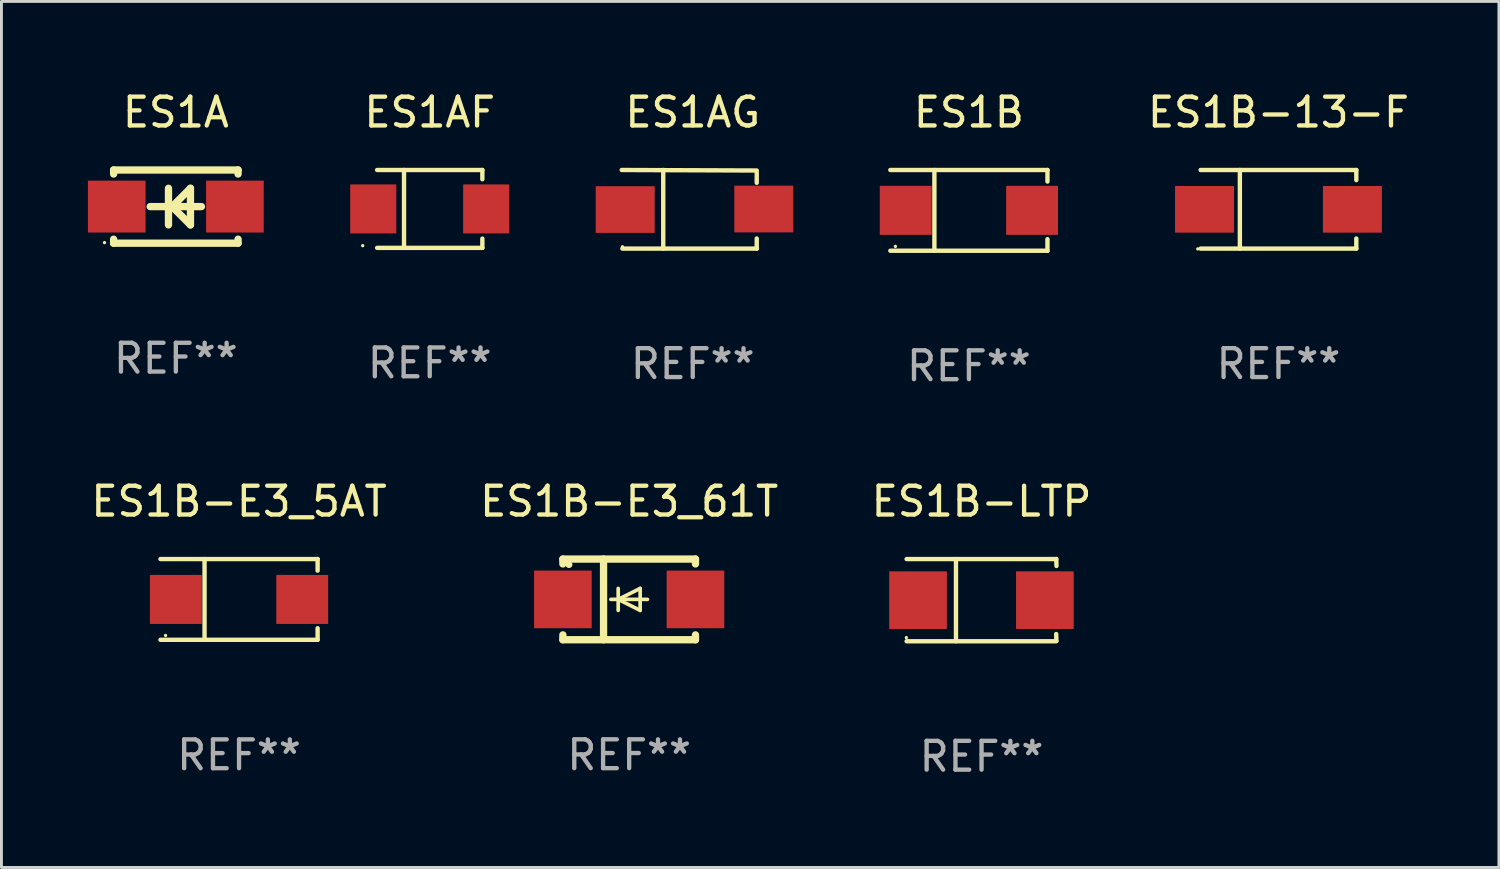
<source format=kicad_pcb>
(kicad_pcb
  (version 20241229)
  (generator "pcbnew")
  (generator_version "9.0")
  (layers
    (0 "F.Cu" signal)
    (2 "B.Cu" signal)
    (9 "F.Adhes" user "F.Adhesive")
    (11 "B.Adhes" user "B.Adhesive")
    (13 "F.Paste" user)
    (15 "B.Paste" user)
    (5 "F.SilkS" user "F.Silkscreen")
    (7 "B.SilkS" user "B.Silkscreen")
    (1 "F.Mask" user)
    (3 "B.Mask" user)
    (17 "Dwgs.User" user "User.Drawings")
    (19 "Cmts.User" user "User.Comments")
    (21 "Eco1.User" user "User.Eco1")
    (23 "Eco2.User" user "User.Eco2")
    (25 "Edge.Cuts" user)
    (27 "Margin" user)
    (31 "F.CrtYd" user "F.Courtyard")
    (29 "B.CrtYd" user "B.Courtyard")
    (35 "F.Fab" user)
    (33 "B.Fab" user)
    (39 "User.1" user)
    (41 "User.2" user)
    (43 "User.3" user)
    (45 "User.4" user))
  (footprint "ES1B-13-F"
    (layer "F.Cu")
    (at 41.308 4.212)
    (property "Reference" "ES1B-13-F" (at 0 -3.364 0) (layer "F.SilkS") (effects (font (size 1 1) (thickness 0.15))))
    (attr through_hole)
    (fp_line (start -2.701 -1.364) (end 2.701 -1.364) (stroke (width 0.152) (type solid)) (layer "F.SilkS"))
    (fp_line (start -2.701 1.364) (end 2.701 1.364) (stroke (width 0.152) (type solid)) (layer "F.SilkS"))
    (fp_line (start -1.339 -1.364) (end -1.339 1.364) (stroke (width 0.152) (type solid)) (layer "F.SilkS"))
    (fp_line (start 2.701 -1.364) (end 2.701 -1.013) (stroke (width 0.152) (type solid)) (layer "F.SilkS"))
    (fp_line (start 2.701 1.364) (end 2.701 1.013) (stroke (width 0.152) (type solid)) (layer "F.SilkS"))
    (fp_circle (center -2.8 1.375) (end -2.77 1.375) (stroke (width 0.06) (type solid)) (fill no) (layer "F.SilkS"))
    (fp_text user "REF**" (at 0 5.364 0) (layer "F.Fab") (effects (font (size 1 1) (thickness 0.15))))
    (pad "1" smd rect (at -2.565 -0.000025) (size 2.046 1.62) (layers "F.Cu" "F.Mask" "F.Paste"))
    (pad "2" smd rect (at 2.565 -0.000025) (size 2.046 1.62) (layers "F.Cu" "F.Mask" "F.Paste")))
  (footprint "ES1AF"
    (layer "F.Cu")
    (at 11.86 4.199)
    (property "Reference" "ES1AF" (at 0 -3.351 0) (layer "F.SilkS") (effects (font (size 1 1) (thickness 0.15))))
    (attr through_hole)
    (fp_line (start -1.826 -1.351) (end 1.826 -1.351) (stroke (width 0.152) (type solid)) (layer "F.SilkS"))
    (fp_line (start -1.826 1.351) (end 1.826 1.351) (stroke (width 0.152) (type solid)) (layer "F.SilkS"))
    (fp_line (start -0.892 -1.351) (end -0.892 1.351) (stroke (width 0.152) (type solid)) (layer "F.SilkS"))
    (fp_line (start 1.826 -1.351) (end 1.826 -1.03) (stroke (width 0.152) (type solid)) (layer "F.SilkS"))
    (fp_line (start 1.826 1.03) (end 1.826 1.351) (stroke (width 0.152) (type solid)) (layer "F.SilkS"))
    (fp_circle (center -2.325 1.275) (end -2.295 1.275) (stroke (width 0.06) (type solid)) (fill no) (layer "F.SilkS"))
    (fp_text user "REF**" (at 0 5.351 0) (layer "F.Fab") (effects (font (size 1 1) (thickness 0.15))))
    (pad "1" smd rect (at -1.96 0 180) (size 1.6 1.7) (layers "F.Cu" "F.Mask" "F.Paste"))
    (pad "2" smd rect (at 1.96 0 180) (size 1.6 1.7) (layers "F.Cu" "F.Mask" "F.Paste")))
  (footprint "ES1B"
    (layer "F.Cu")
    (at 30.567 4.249)
    (property "Reference" "ES1B" (at 0 -3.401 0) (layer "F.SilkS") (effects (font (size 1 1) (thickness 0.15))))
    (attr through_hole)
    (fp_line (start -2.726 -1.401) (end 2.726 -1.401) (stroke (width 0.152) (type solid)) (layer "F.SilkS"))
    (fp_line (start -2.726 1.401) (end 2.726 1.401) (stroke (width 0.152) (type solid)) (layer "F.SilkS"))
    (fp_line (start -1.197 -1.401) (end -1.197 1.401) (stroke (width 0.152) (type solid)) (layer "F.SilkS"))
    (fp_line (start 2.726 -1.401) (end 2.726 -1) (stroke (width 0.152) (type solid)) (layer "F.SilkS"))
    (fp_line (start 2.726 1.401) (end 2.726 1) (stroke (width 0.152) (type solid)) (layer "F.SilkS"))
    (fp_circle (center -2.55 1.25) (end -2.52 1.25) (stroke (width 0.06) (type solid)) (fill no) (layer "F.SilkS"))
    (fp_text user "REF**" (at 0 5.401 0) (layer "F.Fab") (effects (font (size 1 1) (thickness 0.15))))
    (pad "1" smd rect (at -2.192 0) (size 1.8 1.7) (layers "F.Cu" "F.Mask" "F.Paste"))
    (pad "2" smd rect (at 2.192 0) (size 1.8 1.7) (layers "F.Cu" "F.Mask" "F.Paste")))
  (footprint "ES1A"
    (layer "F.Cu")
    (at 3.051 4.118)
    (property "Reference" "ES1A" (at 0 -3.27 0) (layer "F.SilkS") (effects (font (size 1 1) (thickness 0.15))))
    (attr through_hole)
    (fp_line (start -2.159 -1.27) (end -2.159 -1.131) (stroke (width 0.254) (type solid)) (layer "F.SilkS"))
    (fp_line (start -2.159 1.131) (end -2.159 1.27) (stroke (width 0.254) (type solid)) (layer "F.SilkS"))
    (fp_line (start -2.159 1.27) (end 2.159 1.27) (stroke (width 0.254) (type solid)) (layer "F.SilkS"))
    (fp_line (start -0.255 -0.635) (end -0.255 0.635) (stroke (width 0.254) (type solid)) (layer "F.SilkS"))
    (fp_line (start -0.128 0) (end 0.507 -0.635) (stroke (width 0.254) (type solid)) (layer "F.SilkS"))
    (fp_line (start 0.507 -0.635) (end 0.507 -0.508) (stroke (width 0.254) (type solid)) (layer "F.SilkS"))
    (fp_line (start 0.507 -0.508) (end 0.507 0.635) (stroke (width 0.254) (type solid)) (layer "F.SilkS"))
    (fp_line (start 0.507 0.635) (end -0.128 0) (stroke (width 0.254) (type solid)) (layer "F.SilkS"))
    (fp_line (start 0.888 0) (end -0.89 0) (stroke (width 0.254) (type solid)) (layer "F.SilkS"))
    (fp_line (start 2.159 -1.27) (end -2.159 -1.27) (stroke (width 0.254) (type solid)) (layer "F.SilkS"))
    (fp_line (start 2.159 -1.131) (end 2.159 -1.27) (stroke (width 0.254) (type solid)) (layer "F.SilkS"))
    (fp_line (start 2.159 1.27) (end 2.159 1.131) (stroke (width 0.254) (type solid)) (layer "F.SilkS"))
    (fp_circle (center -2.475 1.25) (end -2.445 1.25) (stroke (width 0.06) (type solid)) (fill no) (layer "F.SilkS"))
    (fp_text user "REF**" (at 0 5.27 0) (layer "F.Fab") (effects (font (size 1 1) (thickness 0.15))))
    (pad "1" smd rect (at -2.051 0) (size 2 1.8) (layers "F.Cu" "F.Mask" "F.Paste"))
    (pad "2" smd rect (at 2.049 0) (size 2 1.8) (layers "F.Cu" "F.Mask" "F.Paste")))
  (footprint "ES1AG"
    (layer "F.Cu")
    (at 20.986 4.212)
    (property "Reference" "ES1AG" (at 0 -3.364 0) (layer "F.SilkS") (effects (font (size 1 1) (thickness 0.15))))
    (attr through_hole)
    (fp_line (start -2.465 -1.364) (end 2.22 -1.346) (stroke (width 0.152) (type solid)) (layer "F.SilkS"))
    (fp_line (start -2.442 1.364) (end 2.226 1.364) (stroke (width 0.152) (type solid)) (layer "F.SilkS"))
    (fp_line (start -1.024 -1.364) (end -1.024 1.364) (stroke (width 0.152) (type solid)) (layer "F.SilkS"))
    (fp_line (start 2.22 -1.27) (end 2.22 -0.919) (stroke (width 0.152) (type solid)) (layer "F.SilkS"))
    (fp_line (start 2.22 1.364) (end 2.22 1.013) (stroke (width 0.152) (type solid)) (layer "F.SilkS"))
    (fp_circle (center -2.439 1.3) (end -2.409 1.3) (stroke (width 0.06) (type solid)) (fill no) (layer "F.SilkS"))
    (fp_text user "REF**" (at 0 5.364 0) (layer "F.Fab") (effects (font (size 1 1) (thickness 0.15))))
    (pad "1" smd rect (at -2.343 0.009) (size 2.046 1.62) (layers "F.Cu" "F.Mask" "F.Paste"))
    (pad "2" smd rect (at 2.465 -0.009 180) (size 2.046 1.62) (layers "F.Cu" "F.Mask" "F.Paste")))
  (footprint "ES1B-E3_5AT"
    (layer "F.Cu")
    (at 5.244 17.748)
    (property "Reference" "ES1B-E3_5AT" (at 0 -3.401 0) (layer "F.SilkS") (effects (font (size 1 1) (thickness 0.15))))
    (attr through_hole)
    (fp_line (start -2.726 -1.401) (end 2.726 -1.401) (stroke (width 0.152) (type solid)) (layer "F.SilkS"))
    (fp_line (start -2.726 1.401) (end 2.726 1.401) (stroke (width 0.152) (type solid)) (layer "F.SilkS"))
    (fp_line (start -1.197 -1.401) (end -1.197 1.401) (stroke (width 0.152) (type solid)) (layer "F.SilkS"))
    (fp_line (start 2.726 -1.401) (end 2.726 -1) (stroke (width 0.152) (type solid)) (layer "F.SilkS"))
    (fp_line (start 2.726 1.401) (end 2.726 1) (stroke (width 0.152) (type solid)) (layer "F.SilkS"))
    (fp_circle (center -2.55 1.25) (end -2.52 1.25) (stroke (width 0.06) (type solid)) (fill no) (layer "F.SilkS"))
    (fp_text user "REF**" (at 0 5.401 0) (layer "F.Fab") (effects (font (size 1 1) (thickness 0.15))))
    (pad "1" smd rect (at -2.192 0) (size 1.8 1.7) (layers "F.Cu" "F.Mask" "F.Paste"))
    (pad "2" smd rect (at 2.192 0) (size 1.8 1.7) (layers "F.Cu" "F.Mask" "F.Paste")))
  (footprint "ES1B-LTP"
    (layer "F.Cu")
    (at 31.006 17.773)
    (property "Reference" "ES1B-LTP" (at 0 -3.426 0) (layer "F.SilkS") (effects (font (size 1 1) (thickness 0.15))))
    (attr through_hole)
    (fp_line (start -2.6 -1.426) (end 2.593 -1.426) (stroke (width 0.152) (type solid)) (layer "F.SilkS"))
    (fp_line (start -2.6 1.426) (end 2.593 1.426) (stroke (width 0.152) (type solid)) (layer "F.SilkS"))
    (fp_line (start -0.887 -1.426) (end -0.887 1.426) (stroke (width 0.152) (type solid)) (layer "F.SilkS"))
    (fp_line (start 2.59 1.176) (end 2.597 1.415) (stroke (width 0.152) (type solid)) (layer "F.SilkS"))
    (fp_line (start 2.593 -1.426) (end 2.6 -1.187) (stroke (width 0.152) (type solid)) (layer "F.SilkS"))
    (fp_circle (center -2.608 1.3) (end -2.578 1.3) (stroke (width 0.06) (type solid)) (fill no) (layer "F.SilkS"))
    (fp_text user "REF**" (at 0 5.426 0) (layer "F.Fab") (effects (font (size 1 1) (thickness 0.15))))
    (pad "1" smd rect (at -2.203 0 180) (size 2 2) (layers "F.Cu" "F.Mask" "F.Paste"))
    (pad "2" smd rect (at 2.197 0 180) (size 2 2) (layers "F.Cu" "F.Mask" "F.Paste")))
  (footprint "ES1B-E3_61T"
    (layer "F.Cu")
    (at 18.78 17.747)
    (property "Reference" "ES1B-E3_61T" (at 0 -3.4 0) (layer "F.SilkS") (effects (font (size 1 1) (thickness 0.15))))
    (attr through_hole)
    (fp_line (start -2.3 -1.4) (end -2.3 -1.231) (stroke (width 0.254) (type solid)) (layer "F.SilkS"))
    (fp_line (start -2.3 -1.4) (end 2.3 -1.4) (stroke (width 0.254) (type solid)) (layer "F.SilkS"))
    (fp_line (start -2.3 1.231) (end -2.3 1.4) (stroke (width 0.254) (type solid)) (layer "F.SilkS"))
    (fp_line (start -2.3 1.4) (end 2.3 1.4) (stroke (width 0.254) (type solid)) (layer "F.SilkS"))
    (fp_line (start -0.889 1.4) (end -0.889 -1.4) (stroke (width 0.254) (type solid)) (layer "F.SilkS"))
    (fp_line (start -0.381 0) (end -0.381 -0.381) (stroke (width 0.127) (type solid)) (layer "F.SilkS"))
    (fp_line (start -0.381 0) (end -0.381 0.381) (stroke (width 0.127) (type solid)) (layer "F.SilkS"))
    (fp_line (start 0.381 -0.381) (end -0.381 0) (stroke (width 0.127) (type solid)) (layer "F.SilkS"))
    (fp_line (start 0.381 0) (end 0.381 -0.381) (stroke (width 0.127) (type solid)) (layer "F.SilkS"))
    (fp_line (start 0.381 0) (end 0.381 0.381) (stroke (width 0.127) (type solid)) (layer "F.SilkS"))
    (fp_line (start 0.381 0.381) (end -0.381 0) (stroke (width 0.127) (type solid)) (layer "F.SilkS"))
    (fp_line (start 0.635 0) (end -0.635 0) (stroke (width 0.127) (type solid)) (layer "F.SilkS"))
    (fp_line (start 2.3 -1.4) (end 2.3 -1.231) (stroke (width 0.254) (type solid)) (layer "F.SilkS"))
    (fp_line (start 2.3 1.231) (end 2.3 1.4) (stroke (width 0.254) (type solid)) (layer "F.SilkS"))
    (fp_circle (center -2.088 -1.208) (end -2.028 -1.208) (stroke (width 0.12) (type solid)) (fill no) (layer "F.SilkS"))
    (fp_text user "REF**" (at 0 5.4 0) (layer "F.Fab") (effects (font (size 1 1) (thickness 0.15))))
    (pad "1" smd rect (at -2.3 0 180) (size 2 2) (layers "F.Cu" "F.Mask" "F.Paste"))
    (pad "2" smd rect (at 2.3 0 180) (size 2 2) (layers "F.Cu" "F.Mask" "F.Paste")))
  (gr_rect
    (start -3 -3)
    (end 48.957 27.048)
    (stroke (width 0.1) (type default))
    (fill no)
    (layer "Edge.Cuts")))
</source>
